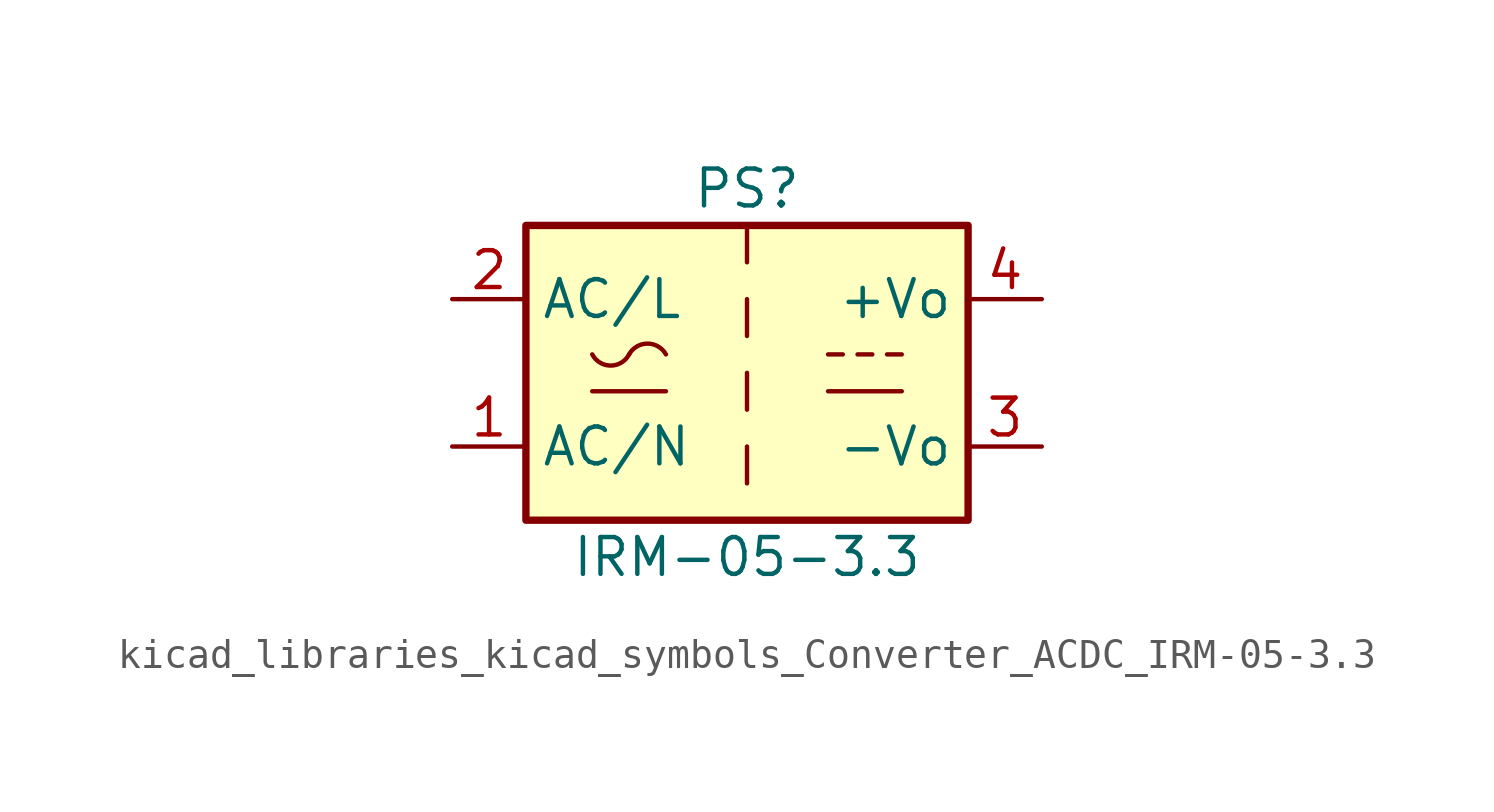
<source format=kicad_sym>
(kicad_symbol_lib
  (version 20220914)
  (generator kicad_symbol_editor)
  (symbol "kicad_libraries_kicad_symbols_Converter_ACDC_IRM-05-3.3"
    (property "Reference" "PS"
      (at 0 6.35 0)
      (effects (font (size 1.27 1.27))))
    (property "Value" "IRM-05-3.3"
      (at 0 -6.35 0)
      (effects (font (size 1.27 1.27))))
    (symbol "kicad_libraries_kicad_symbols_Converter_ACDC_IRM-05-3.3_0_1"
      (rectangle (start -7.62 5.08) (end 7.62 -5.08) (stroke (width 0.254) (type default)) (fill (type background)))
      (arc (start -5.334 0.635) (mid -4.699 0.2495) (end -4.064 0.635) (stroke (width 0) (type default)) (fill (type none)))
      (arc (start -2.794 0.635) (mid -3.429 1.0072) (end -4.064 0.635) (stroke (width 0) (type default)) (fill (type none)))
      (polyline (pts (xy -5.334 -0.635) (xy -2.794 -0.635)) (stroke (width 0) (type default)) (fill (type none)))
      (polyline (pts (xy 0 -2.54) (xy 0 -3.81)) (stroke (width 0) (type default)) (fill (type none)))
      (polyline (pts (xy 0 0) (xy 0 -1.27)) (stroke (width 0) (type default)) (fill (type none)))
      (polyline (pts (xy 0 2.54) (xy 0 1.27)) (stroke (width 0) (type default)) (fill (type none)))
      (polyline (pts (xy 0 5.08) (xy 0 3.81)) (stroke (width 0) (type default)) (fill (type none)))
      (polyline (pts (xy 2.794 -0.635) (xy 5.334 -0.635)) (stroke (width 0) (type default)) (fill (type none)))
      (polyline (pts (xy 2.794 0.635) (xy 3.302 0.635)) (stroke (width 0) (type default)) (fill (type none)))
      (polyline (pts (xy 3.81 0.635) (xy 4.318 0.635)) (stroke (width 0) (type default)) (fill (type none)))
      (polyline (pts (xy 4.826 0.635) (xy 5.334 0.635)) (stroke (width 0) (type default)) (fill (type none))))
    (symbol "kicad_libraries_kicad_symbols_Converter_ACDC_IRM-05-3.3_1_1"
      (pin power_in line (at -10.16 -2.54 0) (length 2.54) (name "AC/N" (effects (font (size 1.27 1.27)))) (number "1" (effects (font (size 1.27 1.27)))))
      (pin power_in line (at -10.16 2.54 0) (length 2.54) (name "AC/L" (effects (font (size 1.27 1.27)))) (number "2" (effects (font (size 1.27 1.27)))))
      (pin power_out line (at 10.16 -2.54 180) (length 2.54) (name "-Vo" (effects (font (size 1.27 1.27)))) (number "3" (effects (font (size 1.27 1.27)))))
      (pin power_out line (at 10.16 2.54 180) (length 2.54) (name "+Vo" (effects (font (size 1.27 1.27)))) (number "4" (effects (font (size 1.27 1.27))))))))
</source>
